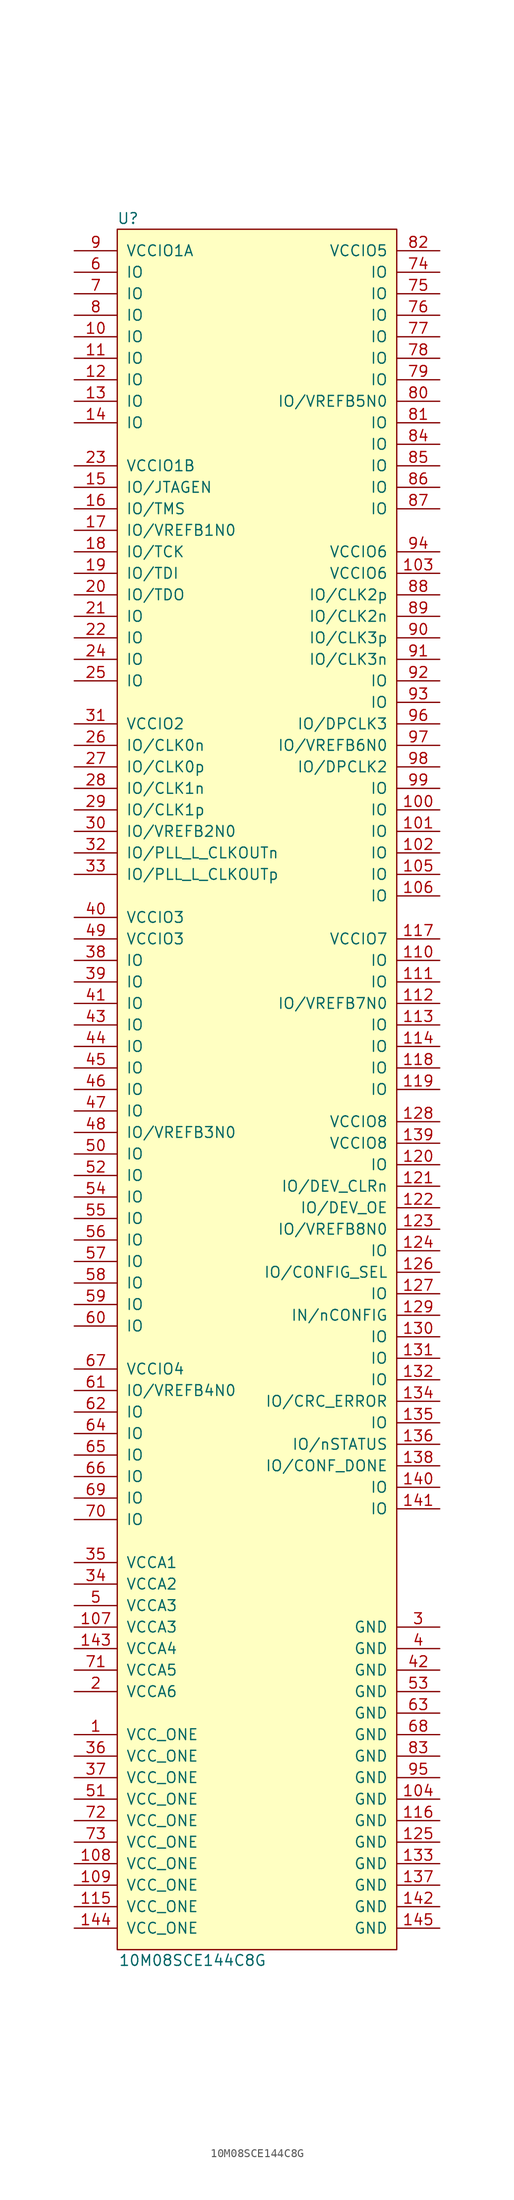
<source format=kicad_sym>
(kicad_symbol_lib
  (version 20220914)
  (generator kicad_symbol_editor)
  (symbol "10M08SCE144C8G"
    (pin_names
      (offset 1.016))
    (property "Reference" "U"
      (at 1.27 1.27 0)
      (effects (font (size 1.27 1.27))))
    (property "Value" "10M08SCE144C8G"
      (at 8.89 -204.47 0)
      (effects (font (size 1.27 1.27))))
    (symbol "10M08SCE144C8G_0_1"
      (rectangle (start 0 0) (end 33.02 -203.2) (stroke (width 0) (type solid)) (fill (type background))))
    (symbol "10M08SCE144C8G_1_1"
      (pin power_in line (at -5.08 -177.8 0) (length 5.08) (name "VCC_ONE" (effects (font (size 1.27 1.27)))) (number "1" (effects (font (size 1.27 1.27)))))
      (pin bidirectional line (at -5.08 -12.7 0) (length 5.08) (name "IO" (effects (font (size 1.27 1.27)))) (number "10" (effects (font (size 1.27 1.27)))))
      (pin bidirectional line (at 38.1 -68.58 180) (length 5.08) (name "IO" (effects (font (size 1.27 1.27)))) (number "100" (effects (font (size 1.27 1.27)))))
      (pin bidirectional line (at 38.1 -71.12 180) (length 5.08) (name "IO" (effects (font (size 1.27 1.27)))) (number "101" (effects (font (size 1.27 1.27)))))
      (pin bidirectional line (at 38.1 -73.66 180) (length 5.08) (name "IO" (effects (font (size 1.27 1.27)))) (number "102" (effects (font (size 1.27 1.27)))))
      (pin power_in line (at 38.1 -40.64 180) (length 5.08) (name "VCCIO6" (effects (font (size 1.27 1.27)))) (number "103" (effects (font (size 1.27 1.27)))))
      (pin power_in line (at 38.1 -185.42 180) (length 5.08) (name "GND" (effects (font (size 1.27 1.27)))) (number "104" (effects (font (size 1.27 1.27)))))
      (pin bidirectional line (at 38.1 -76.2 180) (length 5.08) (name "IO" (effects (font (size 1.27 1.27)))) (number "105" (effects (font (size 1.27 1.27)))))
      (pin bidirectional line (at 38.1 -78.74 180) (length 5.08) (name "IO" (effects (font (size 1.27 1.27)))) (number "106" (effects (font (size 1.27 1.27)))))
      (pin power_in line (at -5.08 -165.1 0) (length 5.08) (name "VCCA3" (effects (font (size 1.27 1.27)))) (number "107" (effects (font (size 1.27 1.27)))))
      (pin power_in line (at -5.08 -193.04 0) (length 5.08) (name "VCC_ONE" (effects (font (size 1.27 1.27)))) (number "108" (effects (font (size 1.27 1.27)))))
      (pin power_in line (at -5.08 -195.58 0) (length 5.08) (name "VCC_ONE" (effects (font (size 1.27 1.27)))) (number "109" (effects (font (size 1.27 1.27)))))
      (pin bidirectional line (at -5.08 -15.24 0) (length 5.08) (name "IO" (effects (font (size 1.27 1.27)))) (number "11" (effects (font (size 1.27 1.27)))))
      (pin bidirectional line (at 38.1 -86.36 180) (length 5.08) (name "IO" (effects (font (size 1.27 1.27)))) (number "110" (effects (font (size 1.27 1.27)))))
      (pin bidirectional line (at 38.1 -88.9 180) (length 5.08) (name "IO" (effects (font (size 1.27 1.27)))) (number "111" (effects (font (size 1.27 1.27)))))
      (pin bidirectional line (at 38.1 -91.44 180) (length 5.08) (name "IO/VREFB7N0" (effects (font (size 1.27 1.27)))) (number "112" (effects (font (size 1.27 1.27)))))
      (pin bidirectional line (at 38.1 -93.98 180) (length 5.08) (name "IO" (effects (font (size 1.27 1.27)))) (number "113" (effects (font (size 1.27 1.27)))))
      (pin bidirectional line (at 38.1 -96.52 180) (length 5.08) (name "IO" (effects (font (size 1.27 1.27)))) (number "114" (effects (font (size 1.27 1.27)))))
      (pin power_in line (at -5.08 -198.12 0) (length 5.08) (name "VCC_ONE" (effects (font (size 1.27 1.27)))) (number "115" (effects (font (size 1.27 1.27)))))
      (pin power_in line (at 38.1 -187.96 180) (length 5.08) (name "GND" (effects (font (size 1.27 1.27)))) (number "116" (effects (font (size 1.27 1.27)))))
      (pin power_in line (at 38.1 -83.82 180) (length 5.08) (name "VCCIO7" (effects (font (size 1.27 1.27)))) (number "117" (effects (font (size 1.27 1.27)))))
      (pin bidirectional line (at 38.1 -99.06 180) (length 5.08) (name "IO" (effects (font (size 1.27 1.27)))) (number "118" (effects (font (size 1.27 1.27)))))
      (pin bidirectional line (at 38.1 -101.6 180) (length 5.08) (name "IO" (effects (font (size 1.27 1.27)))) (number "119" (effects (font (size 1.27 1.27)))))
      (pin bidirectional line (at -5.08 -17.78 0) (length 5.08) (name "IO" (effects (font (size 1.27 1.27)))) (number "12" (effects (font (size 1.27 1.27)))))
      (pin bidirectional line (at 38.1 -110.49 180) (length 5.08) (name "IO" (effects (font (size 1.27 1.27)))) (number "120" (effects (font (size 1.27 1.27)))))
      (pin bidirectional line (at 38.1 -113.03 180) (length 5.08) (name "IO/DEV_CLRn" (effects (font (size 1.27 1.27)))) (number "121" (effects (font (size 1.27 1.27)))))
      (pin bidirectional line (at 38.1 -115.57 180) (length 5.08) (name "IO/DEV_OE" (effects (font (size 1.27 1.27)))) (number "122" (effects (font (size 1.27 1.27)))))
      (pin bidirectional line (at 38.1 -118.11 180) (length 5.08) (name "IO/VREFB8N0" (effects (font (size 1.27 1.27)))) (number "123" (effects (font (size 1.27 1.27)))))
      (pin bidirectional line (at 38.1 -120.65 180) (length 5.08) (name "IO" (effects (font (size 1.27 1.27)))) (number "124" (effects (font (size 1.27 1.27)))))
      (pin power_in line (at 38.1 -190.5 180) (length 5.08) (name "GND" (effects (font (size 1.27 1.27)))) (number "125" (effects (font (size 1.27 1.27)))))
      (pin bidirectional line (at 38.1 -123.19 180) (length 5.08) (name "IO/CONFIG_SEL" (effects (font (size 1.27 1.27)))) (number "126" (effects (font (size 1.27 1.27)))))
      (pin bidirectional line (at 38.1 -125.73 180) (length 5.08) (name "IO" (effects (font (size 1.27 1.27)))) (number "127" (effects (font (size 1.27 1.27)))))
      (pin power_in line (at 38.1 -105.41 180) (length 5.08) (name "VCCIO8" (effects (font (size 1.27 1.27)))) (number "128" (effects (font (size 1.27 1.27)))))
      (pin input line (at 38.1 -128.27 180) (length 5.08) (name "IN/nCONFIG" (effects (font (size 1.27 1.27)))) (number "129" (effects (font (size 1.27 1.27)))))
      (pin bidirectional line (at -5.08 -20.32 0) (length 5.08) (name "IO" (effects (font (size 1.27 1.27)))) (number "13" (effects (font (size 1.27 1.27)))))
      (pin bidirectional line (at 38.1 -130.81 180) (length 5.08) (name "IO" (effects (font (size 1.27 1.27)))) (number "130" (effects (font (size 1.27 1.27)))))
      (pin bidirectional line (at 38.1 -133.35 180) (length 5.08) (name "IO" (effects (font (size 1.27 1.27)))) (number "131" (effects (font (size 1.27 1.27)))))
      (pin bidirectional line (at 38.1 -135.89 180) (length 5.08) (name "IO" (effects (font (size 1.27 1.27)))) (number "132" (effects (font (size 1.27 1.27)))))
      (pin power_in line (at 38.1 -193.04 180) (length 5.08) (name "GND" (effects (font (size 1.27 1.27)))) (number "133" (effects (font (size 1.27 1.27)))))
      (pin bidirectional line (at 38.1 -138.43 180) (length 5.08) (name "IO/CRC_ERROR" (effects (font (size 1.27 1.27)))) (number "134" (effects (font (size 1.27 1.27)))))
      (pin bidirectional line (at 38.1 -140.97 180) (length 5.08) (name "IO" (effects (font (size 1.27 1.27)))) (number "135" (effects (font (size 1.27 1.27)))))
      (pin bidirectional line (at 38.1 -143.51 180) (length 5.08) (name "IO/nSTATUS" (effects (font (size 1.27 1.27)))) (number "136" (effects (font (size 1.27 1.27)))))
      (pin power_in line (at 38.1 -195.58 180) (length 5.08) (name "GND" (effects (font (size 1.27 1.27)))) (number "137" (effects (font (size 1.27 1.27)))))
      (pin bidirectional line (at 38.1 -146.05 180) (length 5.08) (name "IO/CONF_DONE" (effects (font (size 1.27 1.27)))) (number "138" (effects (font (size 1.27 1.27)))))
      (pin power_in line (at 38.1 -107.95 180) (length 5.08) (name "VCCIO8" (effects (font (size 1.27 1.27)))) (number "139" (effects (font (size 1.27 1.27)))))
      (pin bidirectional line (at -5.08 -22.86 0) (length 5.08) (name "IO" (effects (font (size 1.27 1.27)))) (number "14" (effects (font (size 1.27 1.27)))))
      (pin bidirectional line (at 38.1 -148.59 180) (length 5.08) (name "IO" (effects (font (size 1.27 1.27)))) (number "140" (effects (font (size 1.27 1.27)))))
      (pin bidirectional line (at 38.1 -151.13 180) (length 5.08) (name "IO" (effects (font (size 1.27 1.27)))) (number "141" (effects (font (size 1.27 1.27)))))
      (pin power_in line (at 38.1 -198.12 180) (length 5.08) (name "GND" (effects (font (size 1.27 1.27)))) (number "142" (effects (font (size 1.27 1.27)))))
      (pin power_in line (at -5.08 -167.64 0) (length 5.08) (name "VCCA4" (effects (font (size 1.27 1.27)))) (number "143" (effects (font (size 1.27 1.27)))))
      (pin power_in line (at -5.08 -200.66 0) (length 5.08) (name "VCC_ONE" (effects (font (size 1.27 1.27)))) (number "144" (effects (font (size 1.27 1.27)))))
      (pin power_in line (at 38.1 -200.66 180) (length 5.08) (name "GND" (effects (font (size 1.27 1.27)))) (number "145" (effects (font (size 1.27 1.27)))))
      (pin bidirectional line (at -5.08 -30.48 0) (length 5.08) (name "IO/JTAGEN" (effects (font (size 1.27 1.27)))) (number "15" (effects (font (size 1.27 1.27)))))
      (pin bidirectional line (at -5.08 -33.02 0) (length 5.08) (name "IO/TMS" (effects (font (size 1.27 1.27)))) (number "16" (effects (font (size 1.27 1.27)))))
      (pin bidirectional line (at -5.08 -35.56 0) (length 5.08) (name "IO/VREFB1N0" (effects (font (size 1.27 1.27)))) (number "17" (effects (font (size 1.27 1.27)))))
      (pin bidirectional line (at -5.08 -38.1 0) (length 5.08) (name "IO/TCK" (effects (font (size 1.27 1.27)))) (number "18" (effects (font (size 1.27 1.27)))))
      (pin bidirectional line (at -5.08 -40.64 0) (length 5.08) (name "IO/TDI" (effects (font (size 1.27 1.27)))) (number "19" (effects (font (size 1.27 1.27)))))
      (pin power_in line (at -5.08 -172.72 0) (length 5.08) (name "VCCA6" (effects (font (size 1.27 1.27)))) (number "2" (effects (font (size 1.27 1.27)))))
      (pin bidirectional line (at -5.08 -43.18 0) (length 5.08) (name "IO/TDO" (effects (font (size 1.27 1.27)))) (number "20" (effects (font (size 1.27 1.27)))))
      (pin bidirectional line (at -5.08 -45.72 0) (length 5.08) (name "IO" (effects (font (size 1.27 1.27)))) (number "21" (effects (font (size 1.27 1.27)))))
      (pin bidirectional line (at -5.08 -48.26 0) (length 5.08) (name "IO" (effects (font (size 1.27 1.27)))) (number "22" (effects (font (size 1.27 1.27)))))
      (pin power_in line (at -5.08 -27.94 0) (length 5.08) (name "VCCIO1B" (effects (font (size 1.27 1.27)))) (number "23" (effects (font (size 1.27 1.27)))))
      (pin bidirectional line (at -5.08 -50.8 0) (length 5.08) (name "IO" (effects (font (size 1.27 1.27)))) (number "24" (effects (font (size 1.27 1.27)))))
      (pin bidirectional line (at -5.08 -53.34 0) (length 5.08) (name "IO" (effects (font (size 1.27 1.27)))) (number "25" (effects (font (size 1.27 1.27)))))
      (pin bidirectional line (at -5.08 -60.96 0) (length 5.08) (name "IO/CLK0n" (effects (font (size 1.27 1.27)))) (number "26" (effects (font (size 1.27 1.27)))))
      (pin bidirectional line (at -5.08 -63.5 0) (length 5.08) (name "IO/CLK0p" (effects (font (size 1.27 1.27)))) (number "27" (effects (font (size 1.27 1.27)))))
      (pin bidirectional line (at -5.08 -66.04 0) (length 5.08) (name "IO/CLK1n" (effects (font (size 1.27 1.27)))) (number "28" (effects (font (size 1.27 1.27)))))
      (pin bidirectional line (at -5.08 -68.58 0) (length 5.08) (name "IO/CLK1p" (effects (font (size 1.27 1.27)))) (number "29" (effects (font (size 1.27 1.27)))))
      (pin power_in line (at 38.1 -165.1 180) (length 5.08) (name "GND" (effects (font (size 1.27 1.27)))) (number "3" (effects (font (size 1.27 1.27)))))
      (pin bidirectional line (at -5.08 -71.12 0) (length 5.08) (name "IO/VREFB2N0" (effects (font (size 1.27 1.27)))) (number "30" (effects (font (size 1.27 1.27)))))
      (pin power_in line (at -5.08 -58.42 0) (length 5.08) (name "VCCIO2" (effects (font (size 1.27 1.27)))) (number "31" (effects (font (size 1.27 1.27)))))
      (pin bidirectional line (at -5.08 -73.66 0) (length 5.08) (name "IO/PLL_L_CLKOUTn" (effects (font (size 1.27 1.27)))) (number "32" (effects (font (size 1.27 1.27)))))
      (pin bidirectional line (at -5.08 -76.2 0) (length 5.08) (name "IO/PLL_L_CLKOUTp" (effects (font (size 1.27 1.27)))) (number "33" (effects (font (size 1.27 1.27)))))
      (pin power_in line (at -5.08 -160.02 0) (length 5.08) (name "VCCA2" (effects (font (size 1.27 1.27)))) (number "34" (effects (font (size 1.27 1.27)))))
      (pin power_in line (at -5.08 -157.48 0) (length 5.08) (name "VCCA1" (effects (font (size 1.27 1.27)))) (number "35" (effects (font (size 1.27 1.27)))))
      (pin power_in line (at -5.08 -180.34 0) (length 5.08) (name "VCC_ONE" (effects (font (size 1.27 1.27)))) (number "36" (effects (font (size 1.27 1.27)))))
      (pin power_in line (at -5.08 -182.88 0) (length 5.08) (name "VCC_ONE" (effects (font (size 1.27 1.27)))) (number "37" (effects (font (size 1.27 1.27)))))
      (pin bidirectional line (at -5.08 -86.36 0) (length 5.08) (name "IO" (effects (font (size 1.27 1.27)))) (number "38" (effects (font (size 1.27 1.27)))))
      (pin bidirectional line (at -5.08 -88.9 0) (length 5.08) (name "IO" (effects (font (size 1.27 1.27)))) (number "39" (effects (font (size 1.27 1.27)))))
      (pin power_in line (at 38.1 -167.64 180) (length 5.08) (name "GND" (effects (font (size 1.27 1.27)))) (number "4" (effects (font (size 1.27 1.27)))))
      (pin power_in line (at -5.08 -81.28 0) (length 5.08) (name "VCCIO3" (effects (font (size 1.27 1.27)))) (number "40" (effects (font (size 1.27 1.27)))))
      (pin bidirectional line (at -5.08 -91.44 0) (length 5.08) (name "IO" (effects (font (size 1.27 1.27)))) (number "41" (effects (font (size 1.27 1.27)))))
      (pin power_in line (at 38.1 -170.18 180) (length 5.08) (name "GND" (effects (font (size 1.27 1.27)))) (number "42" (effects (font (size 1.27 1.27)))))
      (pin bidirectional line (at -5.08 -93.98 0) (length 5.08) (name "IO" (effects (font (size 1.27 1.27)))) (number "43" (effects (font (size 1.27 1.27)))))
      (pin bidirectional line (at -5.08 -96.52 0) (length 5.08) (name "IO" (effects (font (size 1.27 1.27)))) (number "44" (effects (font (size 1.27 1.27)))))
      (pin bidirectional line (at -5.08 -99.06 0) (length 5.08) (name "IO" (effects (font (size 1.27 1.27)))) (number "45" (effects (font (size 1.27 1.27)))))
      (pin bidirectional line (at -5.08 -101.6 0) (length 5.08) (name "IO" (effects (font (size 1.27 1.27)))) (number "46" (effects (font (size 1.27 1.27)))))
      (pin bidirectional line (at -5.08 -104.14 0) (length 5.08) (name "IO" (effects (font (size 1.27 1.27)))) (number "47" (effects (font (size 1.27 1.27)))))
      (pin bidirectional line (at -5.08 -106.68 0) (length 5.08) (name "IO/VREFB3N0" (effects (font (size 1.27 1.27)))) (number "48" (effects (font (size 1.27 1.27)))))
      (pin power_in line (at -5.08 -83.82 0) (length 5.08) (name "VCCIO3" (effects (font (size 1.27 1.27)))) (number "49" (effects (font (size 1.27 1.27)))))
      (pin power_in line (at -5.08 -162.56 0) (length 5.08) (name "VCCA3" (effects (font (size 1.27 1.27)))) (number "5" (effects (font (size 1.27 1.27)))))
      (pin bidirectional line (at -5.08 -109.22 0) (length 5.08) (name "IO" (effects (font (size 1.27 1.27)))) (number "50" (effects (font (size 1.27 1.27)))))
      (pin power_in line (at -5.08 -185.42 0) (length 5.08) (name "VCC_ONE" (effects (font (size 1.27 1.27)))) (number "51" (effects (font (size 1.27 1.27)))))
      (pin bidirectional line (at -5.08 -111.76 0) (length 5.08) (name "IO" (effects (font (size 1.27 1.27)))) (number "52" (effects (font (size 1.27 1.27)))))
      (pin power_in line (at 38.1 -172.72 180) (length 5.08) (name "GND" (effects (font (size 1.27 1.27)))) (number "53" (effects (font (size 1.27 1.27)))))
      (pin bidirectional line (at -5.08 -114.3 0) (length 5.08) (name "IO" (effects (font (size 1.27 1.27)))) (number "54" (effects (font (size 1.27 1.27)))))
      (pin bidirectional line (at -5.08 -116.84 0) (length 5.08) (name "IO" (effects (font (size 1.27 1.27)))) (number "55" (effects (font (size 1.27 1.27)))))
      (pin bidirectional line (at -5.08 -119.38 0) (length 5.08) (name "IO" (effects (font (size 1.27 1.27)))) (number "56" (effects (font (size 1.27 1.27)))))
      (pin bidirectional line (at -5.08 -121.92 0) (length 5.08) (name "IO" (effects (font (size 1.27 1.27)))) (number "57" (effects (font (size 1.27 1.27)))))
      (pin bidirectional line (at -5.08 -124.46 0) (length 5.08) (name "IO" (effects (font (size 1.27 1.27)))) (number "58" (effects (font (size 1.27 1.27)))))
      (pin bidirectional line (at -5.08 -127 0) (length 5.08) (name "IO" (effects (font (size 1.27 1.27)))) (number "59" (effects (font (size 1.27 1.27)))))
      (pin bidirectional line (at -5.08 -5.08 0) (length 5.08) (name "IO" (effects (font (size 1.27 1.27)))) (number "6" (effects (font (size 1.27 1.27)))))
      (pin bidirectional line (at -5.08 -129.54 0) (length 5.08) (name "IO" (effects (font (size 1.27 1.27)))) (number "60" (effects (font (size 1.27 1.27)))))
      (pin bidirectional line (at -5.08 -137.16 0) (length 5.08) (name "IO/VREFB4N0" (effects (font (size 1.27 1.27)))) (number "61" (effects (font (size 1.27 1.27)))))
      (pin bidirectional line (at -5.08 -139.7 0) (length 5.08) (name "IO" (effects (font (size 1.27 1.27)))) (number "62" (effects (font (size 1.27 1.27)))))
      (pin power_in line (at 38.1 -175.26 180) (length 5.08) (name "GND" (effects (font (size 1.27 1.27)))) (number "63" (effects (font (size 1.27 1.27)))))
      (pin bidirectional line (at -5.08 -142.24 0) (length 5.08) (name "IO" (effects (font (size 1.27 1.27)))) (number "64" (effects (font (size 1.27 1.27)))))
      (pin bidirectional line (at -5.08 -144.78 0) (length 5.08) (name "IO" (effects (font (size 1.27 1.27)))) (number "65" (effects (font (size 1.27 1.27)))))
      (pin bidirectional line (at -5.08 -147.32 0) (length 5.08) (name "IO" (effects (font (size 1.27 1.27)))) (number "66" (effects (font (size 1.27 1.27)))))
      (pin power_in line (at -5.08 -134.62 0) (length 5.08) (name "VCCIO4" (effects (font (size 1.27 1.27)))) (number "67" (effects (font (size 1.27 1.27)))))
      (pin power_in line (at 38.1 -177.8 180) (length 5.08) (name "GND" (effects (font (size 1.27 1.27)))) (number "68" (effects (font (size 1.27 1.27)))))
      (pin bidirectional line (at -5.08 -149.86 0) (length 5.08) (name "IO" (effects (font (size 1.27 1.27)))) (number "69" (effects (font (size 1.27 1.27)))))
      (pin bidirectional line (at -5.08 -7.62 0) (length 5.08) (name "IO" (effects (font (size 1.27 1.27)))) (number "7" (effects (font (size 1.27 1.27)))))
      (pin bidirectional line (at -5.08 -152.4 0) (length 5.08) (name "IO" (effects (font (size 1.27 1.27)))) (number "70" (effects (font (size 1.27 1.27)))))
      (pin power_in line (at -5.08 -170.18 0) (length 5.08) (name "VCCA5" (effects (font (size 1.27 1.27)))) (number "71" (effects (font (size 1.27 1.27)))))
      (pin power_in line (at -5.08 -187.96 0) (length 5.08) (name "VCC_ONE" (effects (font (size 1.27 1.27)))) (number "72" (effects (font (size 1.27 1.27)))))
      (pin power_in line (at -5.08 -190.5 0) (length 5.08) (name "VCC_ONE" (effects (font (size 1.27 1.27)))) (number "73" (effects (font (size 1.27 1.27)))))
      (pin bidirectional line (at 38.1 -5.08 180) (length 5.08) (name "IO" (effects (font (size 1.27 1.27)))) (number "74" (effects (font (size 1.27 1.27)))))
      (pin bidirectional line (at 38.1 -7.62 180) (length 5.08) (name "IO" (effects (font (size 1.27 1.27)))) (number "75" (effects (font (size 1.27 1.27)))))
      (pin bidirectional line (at 38.1 -10.16 180) (length 5.08) (name "IO" (effects (font (size 1.27 1.27)))) (number "76" (effects (font (size 1.27 1.27)))))
      (pin bidirectional line (at 38.1 -12.7 180) (length 5.08) (name "IO" (effects (font (size 1.27 1.27)))) (number "77" (effects (font (size 1.27 1.27)))))
      (pin bidirectional line (at 38.1 -15.24 180) (length 5.08) (name "IO" (effects (font (size 1.27 1.27)))) (number "78" (effects (font (size 1.27 1.27)))))
      (pin bidirectional line (at 38.1 -17.78 180) (length 5.08) (name "IO" (effects (font (size 1.27 1.27)))) (number "79" (effects (font (size 1.27 1.27)))))
      (pin bidirectional line (at -5.08 -10.16 0) (length 5.08) (name "IO" (effects (font (size 1.27 1.27)))) (number "8" (effects (font (size 1.27 1.27)))))
      (pin bidirectional line (at 38.1 -20.32 180) (length 5.08) (name "IO/VREFB5N0" (effects (font (size 1.27 1.27)))) (number "80" (effects (font (size 1.27 1.27)))))
      (pin bidirectional line (at 38.1 -22.86 180) (length 5.08) (name "IO" (effects (font (size 1.27 1.27)))) (number "81" (effects (font (size 1.27 1.27)))))
      (pin power_in line (at 38.1 -2.54 180) (length 5.08) (name "VCCIO5" (effects (font (size 1.27 1.27)))) (number "82" (effects (font (size 1.27 1.27)))))
      (pin power_in line (at 38.1 -180.34 180) (length 5.08) (name "GND" (effects (font (size 1.27 1.27)))) (number "83" (effects (font (size 1.27 1.27)))))
      (pin bidirectional line (at 38.1 -25.4 180) (length 5.08) (name "IO" (effects (font (size 1.27 1.27)))) (number "84" (effects (font (size 1.27 1.27)))))
      (pin bidirectional line (at 38.1 -27.94 180) (length 5.08) (name "IO" (effects (font (size 1.27 1.27)))) (number "85" (effects (font (size 1.27 1.27)))))
      (pin bidirectional line (at 38.1 -30.48 180) (length 5.08) (name "IO" (effects (font (size 1.27 1.27)))) (number "86" (effects (font (size 1.27 1.27)))))
      (pin bidirectional line (at 38.1 -33.02 180) (length 5.08) (name "IO" (effects (font (size 1.27 1.27)))) (number "87" (effects (font (size 1.27 1.27)))))
      (pin bidirectional line (at 38.1 -43.18 180) (length 5.08) (name "IO/CLK2p" (effects (font (size 1.27 1.27)))) (number "88" (effects (font (size 1.27 1.27)))))
      (pin bidirectional line (at 38.1 -45.72 180) (length 5.08) (name "IO/CLK2n" (effects (font (size 1.27 1.27)))) (number "89" (effects (font (size 1.27 1.27)))))
      (pin power_in line (at -5.08 -2.54 0) (length 5.08) (name "VCCIO1A" (effects (font (size 1.27 1.27)))) (number "9" (effects (font (size 1.27 1.27)))))
      (pin bidirectional line (at 38.1 -48.26 180) (length 5.08) (name "IO/CLK3p" (effects (font (size 1.27 1.27)))) (number "90" (effects (font (size 1.27 1.27)))))
      (pin bidirectional line (at 38.1 -50.8 180) (length 5.08) (name "IO/CLK3n" (effects (font (size 1.27 1.27)))) (number "91" (effects (font (size 1.27 1.27)))))
      (pin bidirectional line (at 38.1 -53.34 180) (length 5.08) (name "IO" (effects (font (size 1.27 1.27)))) (number "92" (effects (font (size 1.27 1.27)))))
      (pin bidirectional line (at 38.1 -55.88 180) (length 5.08) (name "IO" (effects (font (size 1.27 1.27)))) (number "93" (effects (font (size 1.27 1.27)))))
      (pin power_in line (at 38.1 -38.1 180) (length 5.08) (name "VCCIO6" (effects (font (size 1.27 1.27)))) (number "94" (effects (font (size 1.27 1.27)))))
      (pin power_in line (at 38.1 -182.88 180) (length 5.08) (name "GND" (effects (font (size 1.27 1.27)))) (number "95" (effects (font (size 1.27 1.27)))))
      (pin bidirectional line (at 38.1 -58.42 180) (length 5.08) (name "IO/DPCLK3" (effects (font (size 1.27 1.27)))) (number "96" (effects (font (size 1.27 1.27)))))
      (pin bidirectional line (at 38.1 -60.96 180) (length 5.08) (name "IO/VREFB6N0" (effects (font (size 1.27 1.27)))) (number "97" (effects (font (size 1.27 1.27)))))
      (pin bidirectional line (at 38.1 -63.5 180) (length 5.08) (name "IO/DPCLK2" (effects (font (size 1.27 1.27)))) (number "98" (effects (font (size 1.27 1.27)))))
      (pin bidirectional line (at 38.1 -66.04 180) (length 5.08) (name "IO" (effects (font (size 1.27 1.27)))) (number "99" (effects (font (size 1.27 1.27))))))))
</source>
